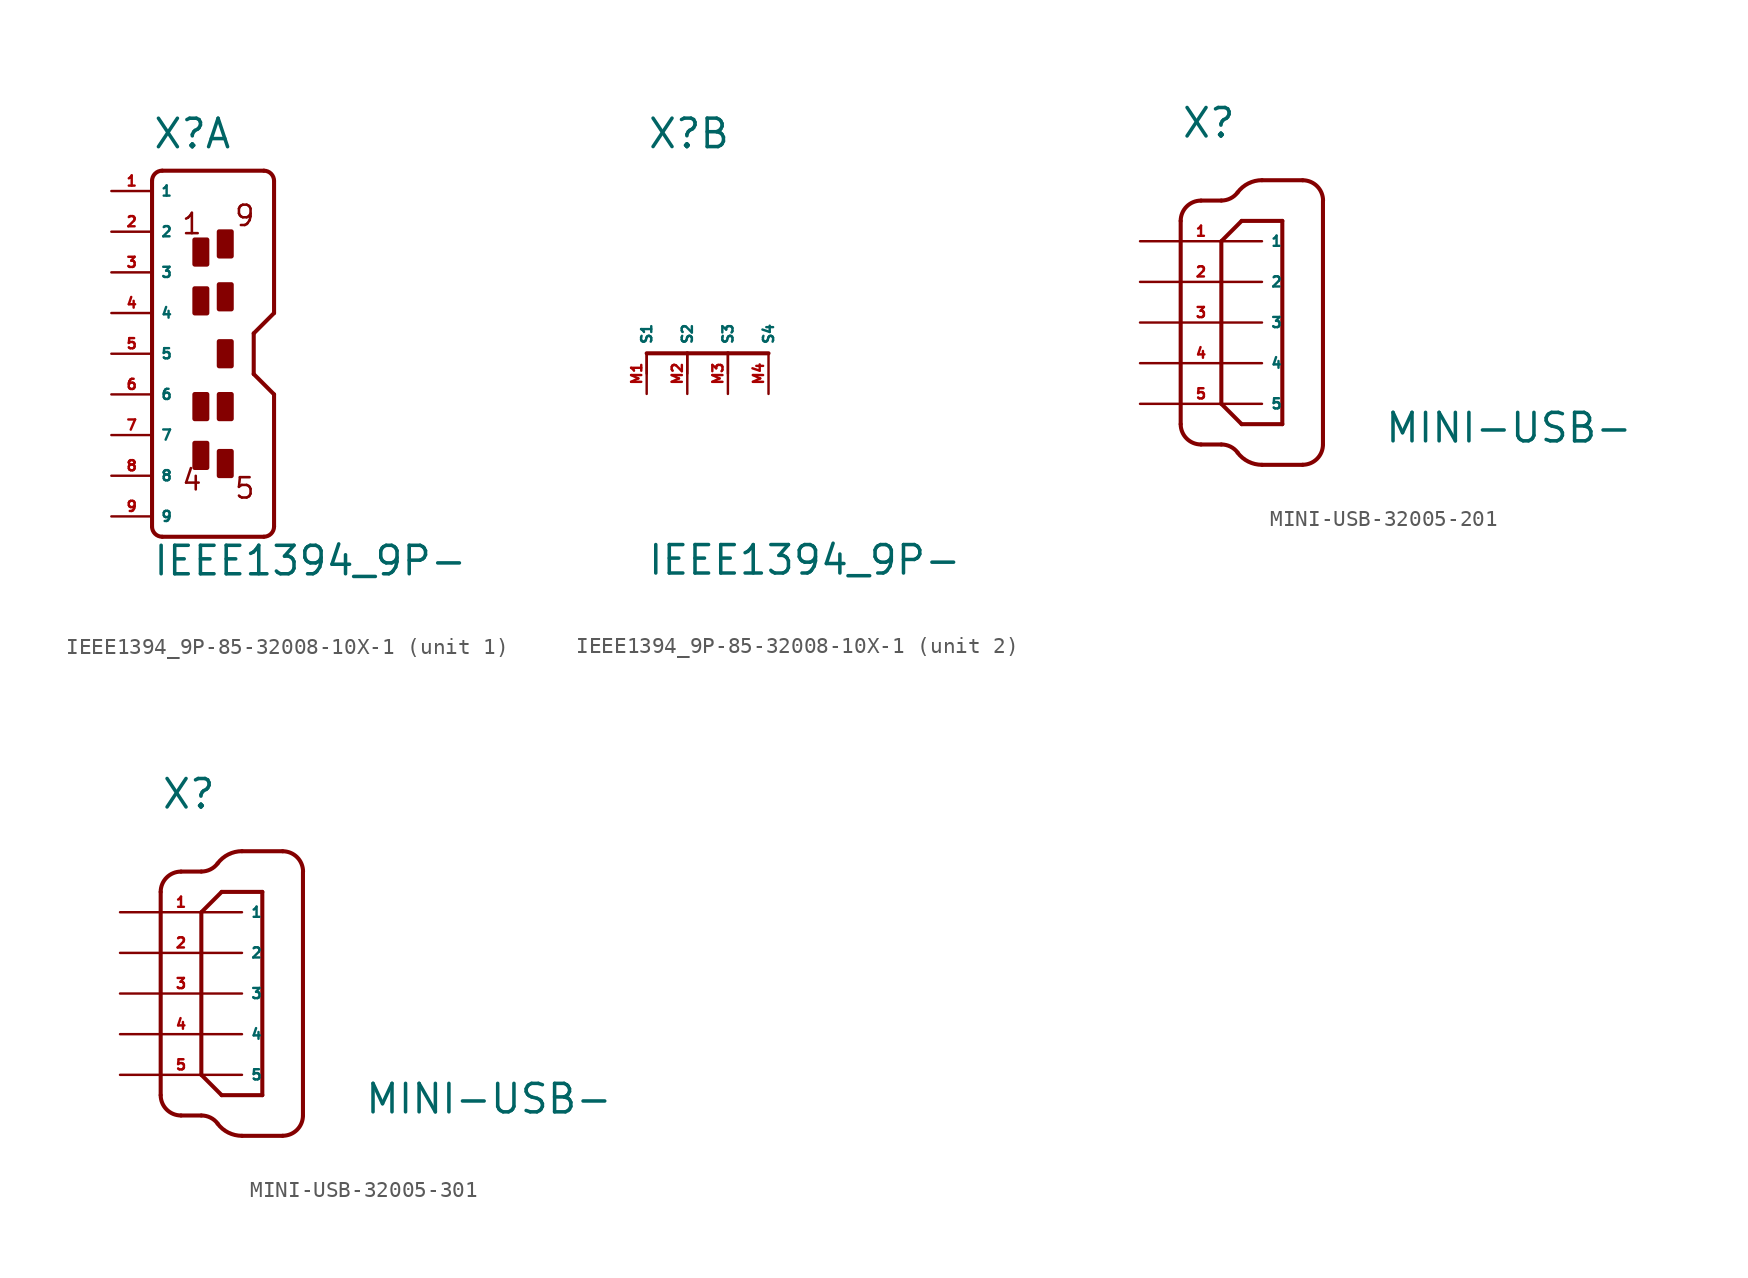
<source format=kicad_sym>
(kicad_symbol_lib
  (version 20220914)
  (generator Eagle2Kicad)
  (symbol "IEEE1394_9P-85-32008-10X-1"
    (property "Reference" "X"
      (at -2.54 12.7 0)
      (effects (font (size 1.778 1.778) (thickness 0.22)) (justify left bottom)))
    (property "Value" "IEEE1394_9P-"
      (at -2.54 -13.97 0)
      (effects (font (size 1.778 1.778) (thickness 0.22)) (justify left bottom)))
    (symbol "IEEE1394_9P-85-32008-10X-1_1_0"
      (arc (start -1.905 11.43) (mid -2.354 11.244) (end -2.54 10.795) (stroke (width 0.254) (type default)) (fill (type none)))
      (polyline (pts (xy -2.54 10.795) (xy -2.54 -10.795)) (stroke (width 0.254) (type default)) (fill (type none)))
      (arc (start -2.54 -10.795) (mid -2.354 -11.244) (end -1.905 -11.43) (stroke (width 0.254) (type default)) (fill (type none)))
      (polyline (pts (xy -1.905 -11.43) (xy 4.445 -11.43)) (stroke (width 0.254) (type default)) (fill (type none)))
      (arc (start 4.445 -11.43) (mid 4.894 -11.244) (end 5.08 -10.795) (stroke (width 0.254) (type default)) (fill (type none)))
      (polyline (pts (xy 5.08 -10.795) (xy 5.08 -2.54)) (stroke (width 0.254) (type default)) (fill (type none)))
      (polyline (pts (xy 5.08 -2.54) (xy 3.81 -1.27)) (stroke (width 0.254) (type default)) (fill (type none)))
      (polyline (pts (xy 3.81 -1.27) (xy 3.81 1.27)) (stroke (width 0.254) (type default)) (fill (type none)))
      (polyline (pts (xy 3.81 1.27) (xy 5.08 2.54)) (stroke (width 0.254) (type default)) (fill (type none)))
      (polyline (pts (xy 5.08 2.54) (xy 5.08 10.795)) (stroke (width 0.254) (type default)) (fill (type none)))
      (arc (start 5.08 10.795) (mid 4.894 11.244) (end 4.445 11.43) (stroke (width 0.254) (type default)) (fill (type none)))
      (polyline (pts (xy 4.445 11.43) (xy -1.905 11.43)) (stroke (width 0.254) (type default)) (fill (type none)))
      (text "1" (at -0.762 7.366 0) (effects (font (size 1.27 1.27) (thickness 0.16)) (justify left bottom)))
      (text "9" (at 2.54 7.874 0) (effects (font (size 1.27 1.27) (thickness 0.16)) (justify left bottom)))
      (text "4" (at -0.762 -8.636 0) (effects (font (size 1.27 1.27) (thickness 0.16)) (justify left bottom)))
      (text "5" (at 2.54 -9.144 0) (effects (font (size 1.27 1.27) (thickness 0.16)) (justify left bottom)))
      (rectangle (start 0.127 5.588) (end 0.889 7.112) (stroke (width 0.3) (type default)) (fill (type outline)))
      (rectangle (start 0.127 2.54) (end 0.889 4.064) (stroke (width 0.3) (type default)) (fill (type outline)))
      (rectangle (start 1.651 6.096) (end 2.413 7.62) (stroke (width 0.3) (type default)) (fill (type outline)))
      (rectangle (start 1.651 2.794) (end 2.413 4.318) (stroke (width 0.3) (type default)) (fill (type outline)))
      (rectangle (start 1.651 -0.762) (end 2.413 0.762) (stroke (width 0.3) (type default)) (fill (type outline)))
      (rectangle (start 0.127 -4.064) (end 0.889 -2.54) (stroke (width 0.3) (type default)) (fill (type outline)))
      (rectangle (start 0.127 -7.112) (end 0.889 -5.588) (stroke (width 0.3) (type default)) (fill (type outline)))
      (rectangle (start 1.651 -4.064) (end 2.413 -2.54) (stroke (width 0.3) (type default)) (fill (type outline)))
      (rectangle (start 1.651 -7.62) (end 2.413 -6.096) (stroke (width 0.3) (type default)) (fill (type outline)))
      (pin passive line (at -5.08 10.16 0) (length 2.54) (name "1" (effects (font (size 0.635 0.635) (thickness 0.08)) (justify left bottom))) (number "1" (effects (font (size 0.635 0.635) (thickness 0.08)) (justify left bottom))))
      (pin passive line (at -5.08 7.62 0) (length 2.54) (name "2" (effects (font (size 0.635 0.635) (thickness 0.08)) (justify left bottom))) (number "2" (effects (font (size 0.635 0.635) (thickness 0.08)) (justify left bottom))))
      (pin passive line (at -5.08 5.08 0) (length 2.54) (name "3" (effects (font (size 0.635 0.635) (thickness 0.08)) (justify left bottom))) (number "3" (effects (font (size 0.635 0.635) (thickness 0.08)) (justify left bottom))))
      (pin passive line (at -5.08 2.54 0) (length 2.54) (name "4" (effects (font (size 0.635 0.635) (thickness 0.08)) (justify left bottom))) (number "4" (effects (font (size 0.635 0.635) (thickness 0.08)) (justify left bottom))))
      (pin passive line (at -5.08 0 0) (length 2.54) (name "5" (effects (font (size 0.635 0.635) (thickness 0.08)) (justify left bottom))) (number "5" (effects (font (size 0.635 0.635) (thickness 0.08)) (justify left bottom))))
      (pin passive line (at -5.08 -2.54 0) (length 2.54) (name "6" (effects (font (size 0.635 0.635) (thickness 0.08)) (justify left bottom))) (number "6" (effects (font (size 0.635 0.635) (thickness 0.08)) (justify left bottom))))
      (pin passive line (at -5.08 -5.08 0) (length 2.54) (name "7" (effects (font (size 0.635 0.635) (thickness 0.08)) (justify left bottom))) (number "7" (effects (font (size 0.635 0.635) (thickness 0.08)) (justify left bottom))))
      (pin passive line (at -5.08 -7.62 0) (length 2.54) (name "8" (effects (font (size 0.635 0.635) (thickness 0.08)) (justify left bottom))) (number "8" (effects (font (size 0.635 0.635) (thickness 0.08)) (justify left bottom))))
      (pin passive line (at -5.08 -10.16 0) (length 2.54) (name "9" (effects (font (size 0.635 0.635) (thickness 0.08)) (justify left bottom))) (number "9" (effects (font (size 0.635 0.635) (thickness 0.08)) (justify left bottom)))))
    (symbol "IEEE1394_9P-85-32008-10X-1_2_0"
      (polyline (pts (xy -2.54 0) (xy 0 0)) (stroke (width 0.254) (type dash)) (fill (type none)))
      (polyline (pts (xy 0 0) (xy 2.54 0)) (stroke (width 0.254) (type dash)) (fill (type none)))
      (polyline (pts (xy 2.54 0) (xy 5.08 0)) (stroke (width 0.254) (type dash)) (fill (type none)))
      (polyline (pts (xy -2.54 -1.27) (xy -2.54 0)) (stroke (width 0.152) (type default)) (fill (type none)))
      (polyline (pts (xy 0 -1.27) (xy 0 0)) (stroke (width 0.152) (type default)) (fill (type none)))
      (polyline (pts (xy 2.54 -1.27) (xy 2.54 0)) (stroke (width 0.152) (type default)) (fill (type none)))
      (pin passive line (at -2.54 -2.54 90) (length 2.54) (name "S1" (effects (font (size 0.635 0.635) (thickness 0.08)) (justify left bottom))) (number "M1" (effects (font (size 0.635 0.635) (thickness 0.08)) (justify left bottom))))
      (pin passive line (at 0 -2.54 90) (length 2.54) (name "S2" (effects (font (size 0.635 0.635) (thickness 0.08)) (justify left bottom))) (number "M2" (effects (font (size 0.635 0.635) (thickness 0.08)) (justify left bottom))))
      (pin passive line (at 2.54 -2.54 90) (length 2.54) (name "S3" (effects (font (size 0.635 0.635) (thickness 0.08)) (justify left bottom))) (number "M3" (effects (font (size 0.635 0.635) (thickness 0.08)) (justify left bottom))))
      (pin passive line (at 5.08 -2.54 90) (length 2.54) (name "S4" (effects (font (size 0.635 0.635) (thickness 0.08)) (justify left bottom))) (number "M4" (effects (font (size 0.635 0.635) (thickness 0.08)) (justify left bottom))))))
  (symbol "MINI-USB-32005-201"
    (property "Reference" "X"
      (at -2.54 11.43 0)
      (effects (font (size 1.778 1.778) (thickness 0.22)) (justify left bottom)))
    (property "Value" "MINI-USB-"
      (at 10.16 -7.62 0)
      (effects (font (size 1.778 1.778) (thickness 0.22)) (justify left bottom)))
    (polyline
      (pts (xy -2.54 6.35) (xy -2.54 -6.35))
      (stroke (width 0.254) (type default))
      (fill (type none)))
    (arc
      (start -2.54 -6.35)
      (mid -2.168 -7.248)
      (end -1.27 -7.62)
      (stroke (width 0.254) (type default))
      (fill (type none)))
    (polyline
      (pts (xy -1.27 -7.62) (xy 0 -7.62))
      (stroke (width 0.254) (type default))
      (fill (type none)))
    (arc
      (start 1.016 -8.128)
      (mid 0.568 -7.754)
      (end 0 -7.62)
      (stroke (width 0.254) (type default))
      (fill (type none)))
    (arc
      (start 1.016 -8.128)
      (mid 1.688 -8.689)
      (end 2.54 -8.89)
      (stroke (width 0.254) (type default))
      (fill (type none)))
    (polyline
      (pts (xy 2.54 -8.89) (xy 5.08 -8.89))
      (stroke (width 0.254) (type default))
      (fill (type none)))
    (arc
      (start 5.08 -8.89)
      (mid 5.978 -8.518)
      (end 6.35 -7.62)
      (stroke (width 0.254) (type default))
      (fill (type none)))
    (polyline
      (pts (xy 6.35 -7.62) (xy 6.35 7.62))
      (stroke (width 0.254) (type default))
      (fill (type none)))
    (arc
      (start -1.27 7.62)
      (mid -2.168 7.248)
      (end -2.54 6.35)
      (stroke (width 0.254) (type default))
      (fill (type none)))
    (polyline
      (pts (xy -1.27 7.62) (xy 0 7.62))
      (stroke (width 0.254) (type default))
      (fill (type none)))
    (arc
      (start 0 7.62)
      (mid 0.568 7.754)
      (end 1.016 8.128)
      (stroke (width 0.254) (type default))
      (fill (type none)))
    (arc
      (start 2.54 8.89)
      (mid 1.688 8.689)
      (end 1.016 8.128)
      (stroke (width 0.254) (type default))
      (fill (type none)))
    (polyline
      (pts (xy 2.54 8.89) (xy 5.08 8.89))
      (stroke (width 0.254) (type default))
      (fill (type none)))
    (arc
      (start 6.35 7.62)
      (mid 5.978 8.518)
      (end 5.08 8.89)
      (stroke (width 0.254) (type default))
      (fill (type none)))
    (polyline
      (pts (xy 0 5.08) (xy 0 -5.08))
      (stroke (width 0.254) (type default))
      (fill (type none)))
    (polyline
      (pts (xy 0 -5.08) (xy 1.27 -6.35))
      (stroke (width 0.254) (type default))
      (fill (type none)))
    (polyline
      (pts (xy 1.27 -6.35) (xy 3.81 -6.35))
      (stroke (width 0.254) (type default))
      (fill (type none)))
    (polyline
      (pts (xy 3.81 -6.35) (xy 3.81 6.35))
      (stroke (width 0.254) (type default))
      (fill (type none)))
    (polyline
      (pts (xy 3.81 6.35) (xy 1.27 6.35))
      (stroke (width 0.254) (type default))
      (fill (type none)))
    (polyline
      (pts (xy 1.27 6.35) (xy 0 5.08))
      (stroke (width 0.254) (type default))
      (fill (type none)))
    (pin passive line
      (at -5.08 5.08 0)
      (length 7.62)
      (name "1" (effects (font (size 0.635 0.635) (thickness 0.08)) (justify left bottom)))
      (number "1" (effects (font (size 0.635 0.635) (thickness 0.08)) (justify left bottom))))
    (pin passive line
      (at -5.08 2.54 0)
      (length 7.62)
      (name "2" (effects (font (size 0.635 0.635) (thickness 0.08)) (justify left bottom)))
      (number "2" (effects (font (size 0.635 0.635) (thickness 0.08)) (justify left bottom))))
    (pin passive line
      (at -5.08 0 0)
      (length 7.62)
      (name "3" (effects (font (size 0.635 0.635) (thickness 0.08)) (justify left bottom)))
      (number "3" (effects (font (size 0.635 0.635) (thickness 0.08)) (justify left bottom))))
    (pin passive line
      (at -5.08 -2.54 0)
      (length 7.62)
      (name "4" (effects (font (size 0.635 0.635) (thickness 0.08)) (justify left bottom)))
      (number "4" (effects (font (size 0.635 0.635) (thickness 0.08)) (justify left bottom))))
    (pin passive line
      (at -5.08 -5.08 0)
      (length 7.62)
      (name "5" (effects (font (size 0.635 0.635) (thickness 0.08)) (justify left bottom)))
      (number "5" (effects (font (size 0.635 0.635) (thickness 0.08)) (justify left bottom)))))
  (symbol "MINI-USB-32005-301"
    (property "Reference" "X"
      (at -2.54 11.43 0)
      (effects (font (size 1.778 1.778) (thickness 0.22)) (justify left bottom)))
    (property "Value" "MINI-USB-"
      (at 10.16 -7.62 0)
      (effects (font (size 1.778 1.778) (thickness 0.22)) (justify left bottom)))
    (polyline
      (pts (xy -2.54 6.35) (xy -2.54 -6.35))
      (stroke (width 0.254) (type default))
      (fill (type none)))
    (arc
      (start -2.54 -6.35)
      (mid -2.168 -7.248)
      (end -1.27 -7.62)
      (stroke (width 0.254) (type default))
      (fill (type none)))
    (polyline
      (pts (xy -1.27 -7.62) (xy 0 -7.62))
      (stroke (width 0.254) (type default))
      (fill (type none)))
    (arc
      (start 1.016 -8.128)
      (mid 0.568 -7.754)
      (end 0 -7.62)
      (stroke (width 0.254) (type default))
      (fill (type none)))
    (arc
      (start 1.016 -8.128)
      (mid 1.688 -8.689)
      (end 2.54 -8.89)
      (stroke (width 0.254) (type default))
      (fill (type none)))
    (polyline
      (pts (xy 2.54 -8.89) (xy 5.08 -8.89))
      (stroke (width 0.254) (type default))
      (fill (type none)))
    (arc
      (start 5.08 -8.89)
      (mid 5.978 -8.518)
      (end 6.35 -7.62)
      (stroke (width 0.254) (type default))
      (fill (type none)))
    (polyline
      (pts (xy 6.35 -7.62) (xy 6.35 7.62))
      (stroke (width 0.254) (type default))
      (fill (type none)))
    (arc
      (start -1.27 7.62)
      (mid -2.168 7.248)
      (end -2.54 6.35)
      (stroke (width 0.254) (type default))
      (fill (type none)))
    (polyline
      (pts (xy -1.27 7.62) (xy 0 7.62))
      (stroke (width 0.254) (type default))
      (fill (type none)))
    (arc
      (start 0 7.62)
      (mid 0.568 7.754)
      (end 1.016 8.128)
      (stroke (width 0.254) (type default))
      (fill (type none)))
    (arc
      (start 2.54 8.89)
      (mid 1.688 8.689)
      (end 1.016 8.128)
      (stroke (width 0.254) (type default))
      (fill (type none)))
    (polyline
      (pts (xy 2.54 8.89) (xy 5.08 8.89))
      (stroke (width 0.254) (type default))
      (fill (type none)))
    (arc
      (start 6.35 7.62)
      (mid 5.978 8.518)
      (end 5.08 8.89)
      (stroke (width 0.254) (type default))
      (fill (type none)))
    (polyline
      (pts (xy 0 5.08) (xy 0 -5.08))
      (stroke (width 0.254) (type default))
      (fill (type none)))
    (polyline
      (pts (xy 0 -5.08) (xy 1.27 -6.35))
      (stroke (width 0.254) (type default))
      (fill (type none)))
    (polyline
      (pts (xy 1.27 -6.35) (xy 3.81 -6.35))
      (stroke (width 0.254) (type default))
      (fill (type none)))
    (polyline
      (pts (xy 3.81 -6.35) (xy 3.81 6.35))
      (stroke (width 0.254) (type default))
      (fill (type none)))
    (polyline
      (pts (xy 3.81 6.35) (xy 1.27 6.35))
      (stroke (width 0.254) (type default))
      (fill (type none)))
    (polyline
      (pts (xy 1.27 6.35) (xy 0 5.08))
      (stroke (width 0.254) (type default))
      (fill (type none)))
    (pin passive line
      (at -5.08 5.08 0)
      (length 7.62)
      (name "1" (effects (font (size 0.635 0.635) (thickness 0.08)) (justify left bottom)))
      (number "1" (effects (font (size 0.635 0.635) (thickness 0.08)) (justify left bottom))))
    (pin passive line
      (at -5.08 2.54 0)
      (length 7.62)
      (name "2" (effects (font (size 0.635 0.635) (thickness 0.08)) (justify left bottom)))
      (number "2" (effects (font (size 0.635 0.635) (thickness 0.08)) (justify left bottom))))
    (pin passive line
      (at -5.08 0 0)
      (length 7.62)
      (name "3" (effects (font (size 0.635 0.635) (thickness 0.08)) (justify left bottom)))
      (number "3" (effects (font (size 0.635 0.635) (thickness 0.08)) (justify left bottom))))
    (pin passive line
      (at -5.08 -2.54 0)
      (length 7.62)
      (name "4" (effects (font (size 0.635 0.635) (thickness 0.08)) (justify left bottom)))
      (number "4" (effects (font (size 0.635 0.635) (thickness 0.08)) (justify left bottom))))
    (pin passive line
      (at -5.08 -5.08 0)
      (length 7.62)
      (name "5" (effects (font (size 0.635 0.635) (thickness 0.08)) (justify left bottom)))
      (number "5" (effects (font (size 0.635 0.635) (thickness 0.08)) (justify left bottom))))))
</source>
